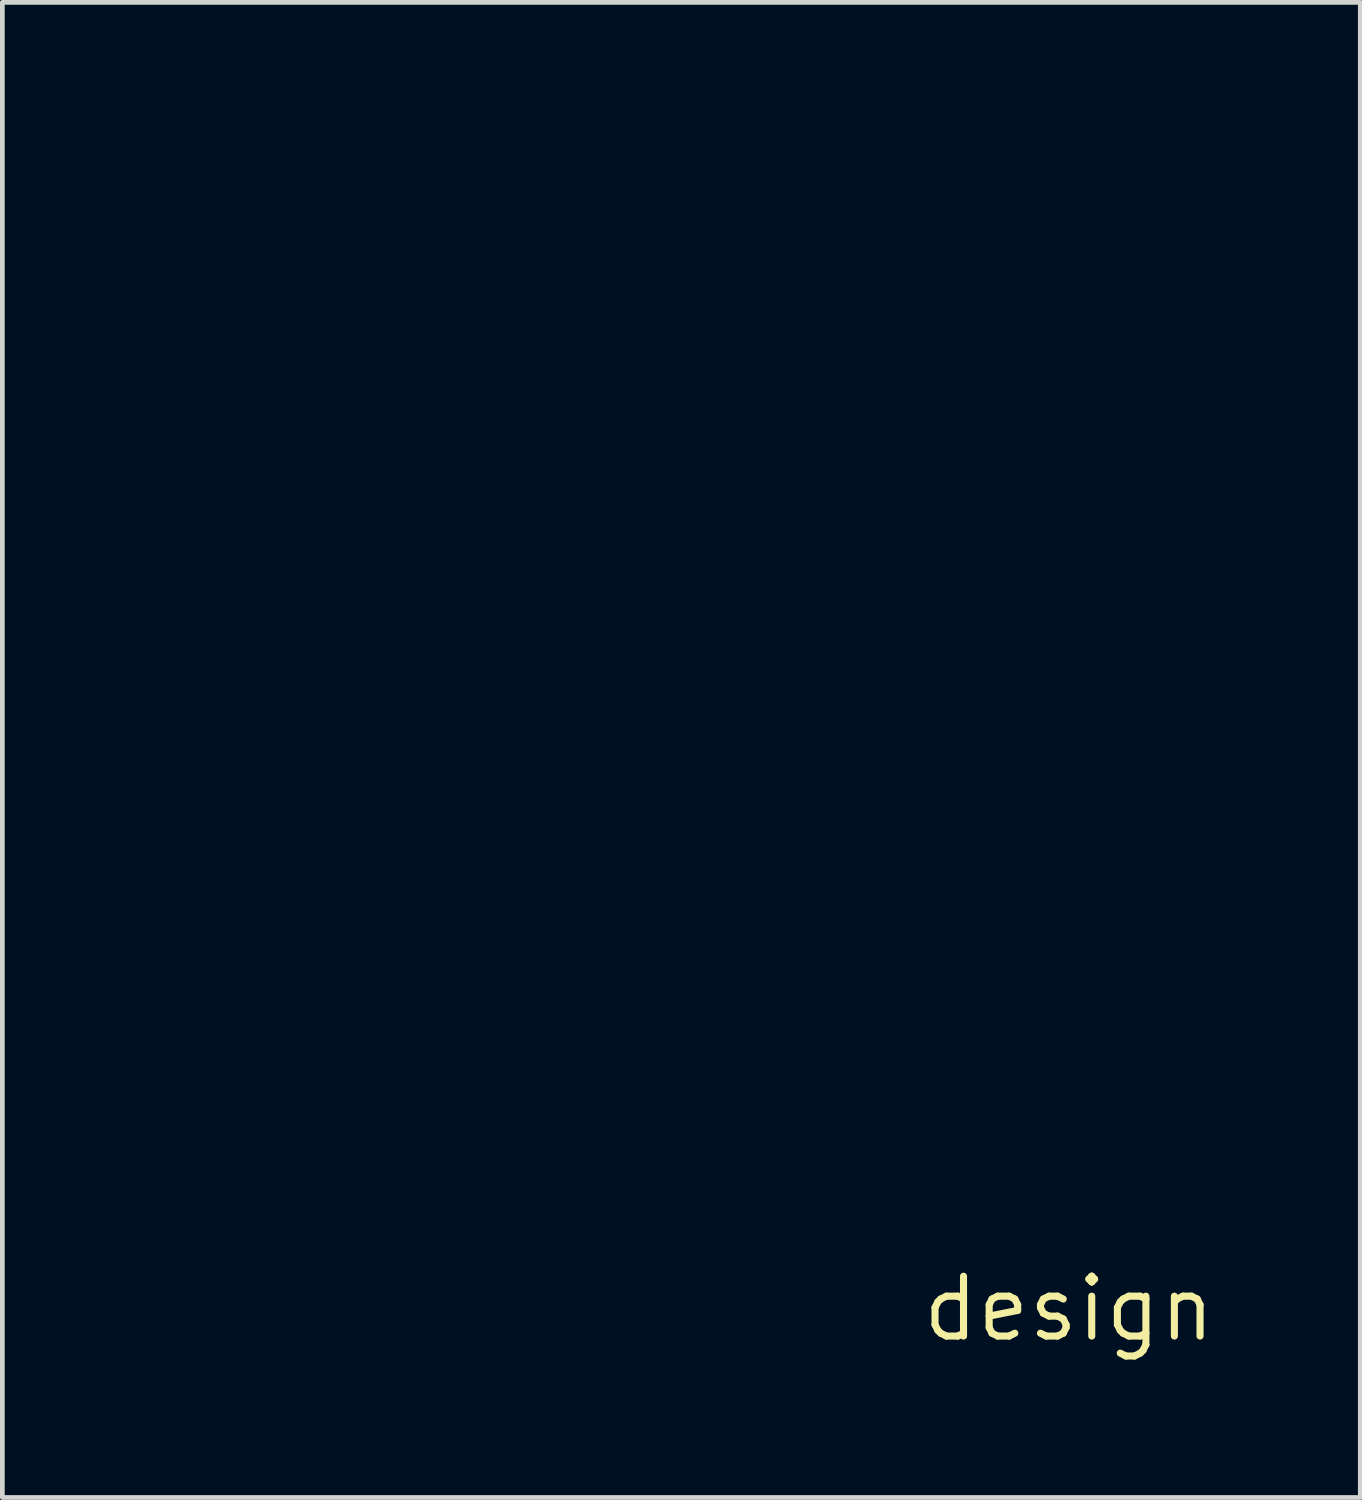
<source format=kicad_pcb>
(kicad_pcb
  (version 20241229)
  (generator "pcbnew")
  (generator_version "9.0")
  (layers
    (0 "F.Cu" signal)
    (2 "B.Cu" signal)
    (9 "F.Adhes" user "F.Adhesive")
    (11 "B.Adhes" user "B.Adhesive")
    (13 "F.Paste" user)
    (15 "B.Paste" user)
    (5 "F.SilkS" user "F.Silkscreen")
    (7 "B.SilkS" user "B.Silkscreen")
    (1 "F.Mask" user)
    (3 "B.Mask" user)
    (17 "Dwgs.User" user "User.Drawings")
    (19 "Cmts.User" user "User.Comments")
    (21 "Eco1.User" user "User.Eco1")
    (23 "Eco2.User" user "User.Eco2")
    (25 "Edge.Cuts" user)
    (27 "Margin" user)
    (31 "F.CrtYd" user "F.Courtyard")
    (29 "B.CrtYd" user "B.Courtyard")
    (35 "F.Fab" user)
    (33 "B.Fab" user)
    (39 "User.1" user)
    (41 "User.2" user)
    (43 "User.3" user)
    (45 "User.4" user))
  (footprint "design"
    (layer "F.Cu")
    (at 19.636 24.725)
    (property "Reference" "design" (at 0 0 0) (layer "F.SilkS") (effects (font (size 1.27 1.27) (thickness 0.15))))
    (attr through_hole)
    (fp_poly (pts (xy -17.959 -21.626) (xy -17.952 -21.552) (xy -17.952 -21.485) (xy -17.953 -21.472) (xy -17.959 -21.439) (xy -17.973 -21.42) (xy -18.006 -21.409) (xy -18.066 -21.402) (xy -18.105 -21.399) (xy -18.187 -21.397) (xy -18.24 -21.401) (xy -18.258 -21.41) (xy -18.262 -21.441) (xy -18.268 -21.501) (xy -18.272 -21.562) (xy -18.275 -21.633) (xy -18.272 -21.673) (xy -18.258 -21.693) (xy -18.229 -21.702) (xy -18.218 -21.705) (xy -18.155 -21.713) (xy -18.08 -21.717) (xy -18.064 -21.717) (xy -17.973 -21.717) (xy -17.959 -21.626)) (stroke (width 0.01) (type solid)) (fill yes) (layer "F.Mask"))
    (fp_poly (pts (xy -17.58 -24.106) (xy -17.579 -24.106) (xy -17.575 -24.083) (xy -17.569 -24.024) (xy -17.56 -23.935) (xy -17.55 -23.821) (xy -17.539 -23.689) (xy -17.527 -23.544) (xy -17.515 -23.393) (xy -17.503 -23.241) (xy -17.492 -23.094) (xy -17.482 -22.958) (xy -17.474 -22.838) (xy -17.468 -22.742) (xy -17.465 -22.674) (xy -17.464 -22.641) (xy -17.465 -22.639) (xy -17.489 -22.632) (xy -17.544 -22.623) (xy -17.616 -22.615) (xy -17.696 -22.609) (xy -17.742 -22.611) (xy -17.763 -22.622) (xy -17.767 -22.63) (xy -17.771 -22.658) (xy -17.777 -22.722) (xy -17.786 -22.818) (xy -17.796 -22.939) (xy -17.807 -23.079) (xy -17.819 -23.234) (xy -17.822 -23.262) (xy -17.834 -23.424) (xy -17.846 -23.577) (xy -17.857 -23.715) (xy -17.866 -23.831) (xy -17.874 -23.919) (xy -17.879 -23.971) (xy -17.879 -23.974) (xy -17.891 -24.083) (xy -17.739 -24.098) (xy -17.664 -24.105) (xy -17.607 -24.107) (xy -17.58 -24.106)) (stroke (width 0.01) (type solid)) (fill yes) (layer "F.Mask"))
    (fp_poly (pts (xy -16.888 -22.924) (xy -16.869 -22.698) (xy -16.852 -22.482) (xy -16.836 -22.281) (xy -16.822 -22.098) (xy -16.809 -21.938) (xy -16.799 -21.804) (xy -16.792 -21.701) (xy -16.788 -21.634) (xy -16.786 -21.608) (xy -16.785 -21.51) (xy -16.896 -21.498) (xy -16.972 -21.49) (xy -17.071 -21.482) (xy -17.173 -21.473) (xy -17.189 -21.472) (xy -17.372 -21.459) (xy -17.385 -21.54) (xy -17.394 -21.619) (xy -17.399 -21.698) (xy -17.399 -21.701) (xy -17.399 -21.78) (xy -17.288 -21.781) (xy -17.219 -21.785) (xy -17.164 -21.794) (xy -17.146 -21.8) (xy -17.14 -21.809) (xy -17.136 -21.829) (xy -17.133 -21.862) (xy -17.133 -21.913) (xy -17.136 -21.984) (xy -17.141 -22.078) (xy -17.149 -22.199) (xy -17.16 -22.35) (xy -17.174 -22.534) (xy -17.191 -22.755) (xy -17.208 -22.964) (xy -17.225 -23.18) (xy -17.241 -23.383) (xy -17.255 -23.57) (xy -17.266 -23.735) (xy -17.276 -23.877) (xy -17.282 -23.99) (xy -17.286 -24.071) (xy -17.287 -24.115) (xy -17.286 -24.123) (xy -17.259 -24.13) (xy -17.202 -24.136) (xy -17.13 -24.139) (xy -16.988 -24.141) (xy -16.888 -22.924)) (stroke (width 0.01) (type solid)) (fill yes) (layer "F.Mask"))
    (fp_poly (pts (xy -18.164 -24.056) (xy -18.161 -24.034) (xy -18.155 -23.974) (xy -18.146 -23.883) (xy -18.135 -23.764) (xy -18.123 -23.623) (xy -18.11 -23.465) (xy -18.095 -23.295) (xy -18.08 -23.117) (xy -18.066 -22.936) (xy -18.051 -22.758) (xy -18.038 -22.588) (xy -18.025 -22.43) (xy -18.015 -22.29) (xy -18.006 -22.172) (xy -18 -22.081) (xy -17.996 -22.023) (xy -17.996 -22.002) (xy -18.017 -21.999) (xy -18.073 -21.993) (xy -18.156 -21.985) (xy -18.257 -21.976) (xy -18.369 -21.966) (xy -18.485 -21.955) (xy -18.596 -21.946) (xy -18.694 -21.938) (xy -18.772 -21.932) (xy -18.823 -21.929) (xy -18.834 -21.929) (xy -18.849 -21.91) (xy -18.858 -21.862) (xy -18.859 -21.799) (xy -18.853 -21.732) (xy -18.846 -21.701) (xy -18.837 -21.676) (xy -18.818 -21.663) (xy -18.781 -21.66) (xy -18.714 -21.665) (xy -18.691 -21.667) (xy -18.548 -21.68) (xy -18.537 -21.524) (xy -18.532 -21.448) (xy -18.529 -21.392) (xy -18.528 -21.366) (xy -18.528 -21.365) (xy -18.549 -21.363) (xy -18.602 -21.358) (xy -18.675 -21.352) (xy -18.684 -21.351) (xy -18.836 -21.339) (xy -18.851 -21.488) (xy -18.865 -21.637) (xy -18.961 -21.624) (xy -19.028 -21.616) (xy -19.083 -21.612) (xy -19.095 -21.611) (xy -19.116 -21.607) (xy -19.126 -21.59) (xy -19.128 -21.551) (xy -19.123 -21.48) (xy -19.121 -21.463) (xy -19.115 -21.386) (xy -19.115 -21.341) (xy -19.123 -21.321) (xy -19.143 -21.315) (xy -19.158 -21.315) (xy -19.209 -21.312) (xy -19.28 -21.306) (xy -19.32 -21.301) (xy -19.431 -21.288) (xy -19.431 -21.37) (xy -19.435 -21.45) (xy -19.444 -21.53) (xy -19.445 -21.532) (xy -19.458 -21.611) (xy -19.373 -21.611) (xy -19.298 -21.615) (xy -19.228 -21.623) (xy -19.222 -21.624) (xy -19.156 -21.638) (xy -19.17 -21.783) (xy -19.183 -21.929) (xy -19.069 -21.93) (xy -19.008 -21.931) (xy -18.963 -21.934) (xy -18.932 -21.945) (xy -18.912 -21.969) (xy -18.903 -22.013) (xy -18.902 -22.08) (xy -18.908 -22.178) (xy -18.918 -22.31) (xy -18.923 -22.366) (xy -18.933 -22.493) (xy -18.936 -22.521) (xy -18.621 -22.521) (xy -18.62 -22.498) (xy -18.618 -22.493) (xy -18.611 -22.443) (xy -18.606 -22.375) (xy -18.606 -22.355) (xy -18.605 -22.262) (xy -18.479 -22.271) (xy -18.409 -22.278) (xy -18.358 -22.287) (xy -18.339 -22.294) (xy -18.334 -22.32) (xy -18.335 -22.376) (xy -18.34 -22.43) (xy -18.354 -22.553) (xy -18.492 -22.546) (xy -18.566 -22.541) (xy -18.606 -22.534) (xy -18.621 -22.521) (xy -18.936 -22.521) (xy -18.944 -22.605) (xy -18.954 -22.695) (xy -18.962 -22.758) (xy -18.968 -22.785) (xy -18.968 -22.785) (xy -18.993 -22.789) (xy -19.052 -22.788) (xy -19.136 -22.784) (xy -19.237 -22.777) (xy -19.251 -22.775) (xy -19.354 -22.768) (xy -19.44 -22.763) (xy -19.503 -22.762) (xy -19.532 -22.764) (xy -19.533 -22.765) (xy -19.541 -22.791) (xy -19.548 -22.847) (xy -19.554 -22.921) (xy -19.554 -22.922) (xy -19.562 -23.066) (xy -19.364 -23.08) (xy -19.318 -23.084) (xy -18.664 -23.084) (xy -18.661 -23.031) (xy -18.656 -22.973) (xy -18.643 -22.847) (xy -18.513 -22.856) (xy -18.444 -22.861) (xy -18.395 -22.867) (xy -18.378 -22.87) (xy -18.377 -22.891) (xy -18.381 -22.943) (xy -18.387 -23.007) (xy -18.4 -23.141) (xy -18.528 -23.127) (xy -18.596 -23.119) (xy -18.645 -23.111) (xy -18.662 -23.107) (xy -18.664 -23.084) (xy -19.318 -23.084) (xy -19.264 -23.088) (xy -19.169 -23.097) (xy -19.094 -23.104) (xy -19.074 -23.107) (xy -18.982 -23.119) (xy -18.996 -23.281) (xy -19.004 -23.379) (xy -19.014 -23.48) (xy -19.022 -23.556) (xy -19.031 -23.635) (xy -18.711 -23.635) (xy -18.707 -23.562) (xy -18.698 -23.498) (xy -18.688 -23.46) (xy -18.669 -23.439) (xy -18.633 -23.433) (xy -18.569 -23.438) (xy -18.518 -23.444) (xy -18.426 -23.457) (xy -18.433 -23.594) (xy -18.438 -23.668) (xy -18.445 -23.708) (xy -18.458 -23.723) (xy -18.481 -23.721) (xy -18.486 -23.72) (xy -18.536 -23.712) (xy -18.604 -23.707) (xy -18.621 -23.707) (xy -18.678 -23.705) (xy -18.704 -23.693) (xy -18.711 -23.661) (xy -18.711 -23.635) (xy -19.031 -23.635) (xy -19.034 -23.669) (xy -19.27 -23.655) (xy -19.371 -23.649) (xy -19.462 -23.642) (xy -19.53 -23.635) (xy -19.561 -23.631) (xy -19.59 -23.627) (xy -19.607 -23.634) (xy -19.617 -23.662) (xy -19.622 -23.718) (xy -19.626 -23.774) (xy -19.63 -23.85) (xy -19.631 -23.908) (xy -19.63 -23.936) (xy -19.63 -23.937) (xy -19.608 -23.941) (xy -19.549 -23.947) (xy -19.461 -23.956) (xy -19.348 -23.966) (xy -19.216 -23.978) (xy -19.071 -23.99) (xy -18.92 -24.002) (xy -18.768 -24.015) (xy -18.621 -24.026) (xy -18.485 -24.036) (xy -18.365 -24.045) (xy -18.269 -24.052) (xy -18.2 -24.055) (xy -18.167 -24.056) (xy -18.164 -24.056)) (stroke (width 0.01) (type solid)) (fill yes) (layer "F.Mask"))
    (fp_poly (pts (xy -9.96 -24.72) (xy -9.958 -24.698) (xy -9.952 -24.638) (xy -9.943 -24.545) (xy -9.933 -24.423) (xy -9.92 -24.277) (xy -9.906 -24.11) (xy -9.891 -23.927) (xy -9.875 -23.732) (xy -9.858 -23.531) (xy -9.842 -23.326) (xy -9.825 -23.124) (xy -9.809 -22.927) (xy -9.795 -22.74) (xy -9.781 -22.569) (xy -9.769 -22.416) (xy -9.76 -22.287) (xy -9.752 -22.186) (xy -9.748 -22.116) (xy -9.746 -22.084) (xy -9.746 -22.082) (xy -9.769 -22.078) (xy -9.824 -22.071) (xy -9.902 -22.064) (xy -9.994 -22.057) (xy -10.092 -22.049) (xy -10.184 -22.043) (xy -10.262 -22.038) (xy -10.317 -22.036) (xy -10.338 -22.037) (xy -10.344 -22.061) (xy -10.352 -22.115) (xy -10.36 -22.189) (xy -10.361 -22.198) (xy -10.376 -22.35) (xy -10.231 -22.356) (xy -10.086 -22.363) (xy -10.093 -22.49) (xy -10.099 -22.558) (xy -10.105 -22.608) (xy -10.109 -22.625) (xy -10.131 -22.626) (xy -10.188 -22.624) (xy -10.271 -22.62) (xy -10.372 -22.613) (xy -10.482 -22.605) (xy -10.595 -22.597) (xy -10.703 -22.588) (xy -10.796 -22.579) (xy -10.858 -22.573) (xy -10.954 -22.561) (xy -10.932 -22.274) (xy -10.923 -22.142) (xy -10.921 -22.051) (xy -10.924 -21.997) (xy -10.932 -21.981) (xy -10.963 -21.976) (xy -11.023 -21.97) (xy -11.084 -21.966) (xy -11.215 -21.958) (xy -11.226 -22.023) (xy -11.232 -22.071) (xy -11.24 -22.149) (xy -11.247 -22.245) (xy -11.252 -22.317) (xy -11.267 -22.546) (xy -11.354 -22.535) (xy -11.405 -22.529) (xy -11.488 -22.522) (xy -11.595 -22.513) (xy -11.715 -22.503) (xy -11.786 -22.498) (xy -12.132 -22.472) (xy -12.121 -22.407) (xy -12.114 -22.358) (xy -12.107 -22.28) (xy -12.1 -22.184) (xy -12.095 -22.117) (xy -12.081 -21.893) (xy -12.195 -21.879) (xy -12.284 -21.869) (xy -12.339 -21.867) (xy -12.371 -21.874) (xy -12.386 -21.892) (xy -12.392 -21.913) (xy -12.397 -21.949) (xy -12.404 -22.021) (xy -12.413 -22.124) (xy -12.425 -22.256) (xy -12.438 -22.41) (xy -12.452 -22.582) (xy -12.467 -22.769) (xy -12.482 -22.966) (xy -12.498 -23.168) (xy -12.511 -23.341) (xy -12.197 -23.341) (xy -12.184 -23.191) (xy -12.174 -23.09) (xy -12.165 -22.984) (xy -12.158 -22.913) (xy -12.146 -22.786) (xy -11.736 -22.818) (xy -11.609 -22.829) (xy -11.496 -22.84) (xy -11.405 -22.85) (xy -11.341 -22.858) (xy -11.313 -22.864) (xy -11.312 -22.865) (xy -11.309 -22.89) (xy -11.309 -22.947) (xy -11.312 -23.027) (xy -11.317 -23.118) (xy -11.324 -23.21) (xy -11.333 -23.295) (xy -11.341 -23.36) (xy -11.349 -23.398) (xy -11.351 -23.402) (xy -11.375 -23.404) (xy -11.434 -23.403) (xy -11.52 -23.4) (xy -11.624 -23.394) (xy -11.741 -23.385) (xy -11.861 -23.376) (xy -11.978 -23.365) (xy -12.083 -23.354) (xy -12.197 -23.341) (xy -12.511 -23.341) (xy -12.513 -23.37) (xy -12.518 -23.443) (xy -11.032 -23.443) (xy -11.02 -23.337) (xy -11.012 -23.263) (xy -11.003 -23.166) (xy -10.995 -23.066) (xy -10.994 -23.056) (xy -10.985 -22.967) (xy -10.976 -22.914) (xy -10.962 -22.888) (xy -10.946 -22.881) (xy -10.914 -22.883) (xy -10.848 -22.888) (xy -10.755 -22.896) (xy -10.644 -22.906) (xy -10.562 -22.913) (xy -10.442 -22.923) (xy -10.335 -22.932) (xy -10.248 -22.939) (xy -10.189 -22.944) (xy -10.17 -22.944) (xy -10.153 -22.946) (xy -10.142 -22.956) (xy -10.136 -22.98) (xy -10.136 -23.025) (xy -10.14 -23.098) (xy -10.148 -23.206) (xy -10.149 -23.218) (xy -10.158 -23.321) (xy -10.167 -23.408) (xy -10.175 -23.47) (xy -10.181 -23.5) (xy -10.181 -23.501) (xy -10.205 -23.502) (xy -10.264 -23.5) (xy -10.352 -23.495) (xy -10.462 -23.488) (xy -10.589 -23.478) (xy -10.612 -23.477) (xy -11.032 -23.443) (xy -12.518 -23.443) (xy -12.528 -23.569) (xy -12.542 -23.76) (xy -12.555 -23.939) (xy -12.566 -24.101) (xy -12.575 -24.225) (xy -12.245 -24.225) (xy -12.24 -23.992) (xy -12.236 -23.864) (xy -12.23 -23.773) (xy -12.222 -23.713) (xy -12.209 -23.679) (xy -12.193 -23.665) (xy -12.186 -23.664) (xy -12.157 -23.666) (xy -12.094 -23.671) (xy -12.002 -23.678) (xy -11.89 -23.687) (xy -11.769 -23.697) (xy -11.645 -23.708) (xy -11.537 -23.718) (xy -11.451 -23.727) (xy -11.393 -23.733) (xy -11.371 -23.737) (xy -11.371 -23.759) (xy -11.374 -23.813) (xy -11.379 -23.89) (xy -11.386 -23.979) (xy -11.393 -24.073) (xy -11.401 -24.16) (xy -11.408 -24.232) (xy -11.41 -24.248) (xy -11.086 -24.248) (xy -11.085 -24.17) (xy -11.08 -24.076) (xy -11.072 -23.974) (xy -11.061 -23.874) (xy -11.056 -23.838) (xy -11.046 -23.781) (xy -11.031 -23.757) (xy -11.003 -23.755) (xy -10.988 -23.757) (xy -10.949 -23.763) (xy -10.876 -23.77) (xy -10.777 -23.778) (xy -10.662 -23.787) (xy -10.583 -23.793) (xy -10.466 -23.803) (xy -10.362 -23.812) (xy -10.282 -23.822) (xy -10.23 -23.83) (xy -10.216 -23.834) (xy -10.213 -23.859) (xy -10.212 -23.915) (xy -10.215 -23.994) (xy -10.22 -24.085) (xy -10.227 -24.179) (xy -10.235 -24.264) (xy -10.243 -24.332) (xy -10.25 -24.372) (xy -10.253 -24.378) (xy -10.275 -24.379) (xy -10.333 -24.376) (xy -10.42 -24.371) (xy -10.529 -24.363) (xy -10.653 -24.353) (xy -10.66 -24.353) (xy -10.786 -24.343) (xy -10.898 -24.334) (xy -10.988 -24.327) (xy -11.051 -24.322) (xy -11.078 -24.321) (xy -11.078 -24.32) (xy -11.084 -24.301) (xy -11.086 -24.248) (xy -11.41 -24.248) (xy -11.414 -24.278) (xy -11.416 -24.29) (xy -11.437 -24.289) (xy -11.494 -24.285) (xy -11.58 -24.278) (xy -11.689 -24.27) (xy -11.814 -24.26) (xy -11.832 -24.258) (xy -12.245 -24.225) (xy -12.575 -24.225) (xy -12.576 -24.241) (xy -12.583 -24.356) (xy -12.588 -24.44) (xy -12.59 -24.49) (xy -12.589 -24.502) (xy -12.566 -24.506) (xy -12.506 -24.513) (xy -12.412 -24.522) (xy -12.29 -24.533) (xy -12.143 -24.547) (xy -11.975 -24.562) (xy -11.792 -24.577) (xy -11.598 -24.594) (xy -11.396 -24.611) (xy -11.192 -24.628) (xy -10.99 -24.644) (xy -10.794 -24.66) (xy -10.608 -24.675) (xy -10.437 -24.688) (xy -10.286 -24.7) (xy -10.158 -24.709) (xy -10.059 -24.716) (xy -9.992 -24.72) (xy -9.962 -24.72) (xy -9.96 -24.72)) (stroke (width 0.01) (type solid)) (fill yes) (layer "F.Mask"))
    (fp_poly (pts (xy -14.046 -24.252) (xy -14.033 -24.105) (xy -14.023 -23.994) (xy -14.015 -23.916) (xy -14.008 -23.863) (xy -14 -23.832) (xy -13.991 -23.817) (xy -13.98 -23.812) (xy -13.964 -23.812) (xy -13.951 -23.813) (xy -13.892 -23.816) (xy -13.822 -23.825) (xy -13.817 -23.826) (xy -13.737 -23.839) (xy -13.764 -24.13) (xy -13.682 -24.13) (xy -13.603 -24.134) (xy -13.526 -24.143) (xy -13.523 -24.143) (xy -13.447 -24.156) (xy -13.432 -23.947) (xy -13.425 -23.844) (xy -13.416 -23.746) (xy -13.409 -23.666) (xy -13.406 -23.641) (xy -13.394 -23.544) (xy -13.535 -23.532) (xy -13.607 -23.525) (xy -13.661 -23.519) (xy -13.683 -23.513) (xy -13.684 -23.491) (xy -13.681 -23.432) (xy -13.675 -23.342) (xy -13.667 -23.227) (xy -13.657 -23.092) (xy -13.645 -22.945) (xy -13.599 -22.384) (xy -13.457 -22.39) (xy -13.385 -22.393) (xy -13.333 -22.393) (xy -13.312 -22.39) (xy -13.312 -22.39) (xy -13.306 -22.359) (xy -13.3 -22.297) (xy -13.292 -22.214) (xy -13.285 -22.119) (xy -13.278 -22.022) (xy -13.273 -21.932) (xy -13.269 -21.859) (xy -13.268 -21.811) (xy -13.27 -21.799) (xy -13.296 -21.79) (xy -13.352 -21.783) (xy -13.423 -21.777) (xy -13.565 -21.768) (xy -13.576 -21.833) (xy -13.581 -21.88) (xy -13.589 -21.958) (xy -13.596 -22.054) (xy -13.601 -22.127) (xy -13.616 -22.357) (xy -13.711 -22.344) (xy -13.779 -22.336) (xy -13.836 -22.331) (xy -13.849 -22.331) (xy -13.87 -22.328) (xy -13.882 -22.313) (xy -13.884 -22.276) (xy -13.879 -22.209) (xy -13.876 -22.183) (xy -13.87 -22.102) (xy -13.872 -22.055) (xy -13.882 -22.036) (xy -13.889 -22.034) (xy -13.919 -22.032) (xy -13.983 -22.027) (xy -14.074 -22.02) (xy -14.185 -22.011) (xy -14.277 -22.003) (xy -14.399 -21.993) (xy -14.51 -21.984) (xy -14.601 -21.977) (xy -14.664 -21.972) (xy -14.687 -21.971) (xy -14.713 -21.969) (xy -14.727 -21.956) (xy -14.732 -21.924) (xy -14.731 -21.863) (xy -14.728 -21.823) (xy -14.727 -21.739) (xy -14.732 -21.687) (xy -14.742 -21.674) (xy -14.768 -21.672) (xy -14.831 -21.667) (xy -14.924 -21.659) (xy -15.042 -21.649) (xy -15.18 -21.638) (xy -15.331 -21.625) (xy -15.332 -21.625) (xy -15.531 -21.61) (xy -15.687 -21.599) (xy -15.802 -21.594) (xy -15.875 -21.593) (xy -15.906 -21.598) (xy -15.907 -21.6) (xy -15.911 -21.628) (xy -15.917 -21.689) (xy -15.925 -21.775) (xy -15.934 -21.88) (xy -15.943 -21.994) (xy -15.952 -22.112) (xy -15.955 -22.153) (xy -15.636 -22.153) (xy -15.634 -22.1) (xy -15.629 -22.043) (xy -15.616 -21.918) (xy -15.338 -21.939) (xy -15.06 -21.96) (xy -15.067 -22.087) (xy -15.073 -22.156) (xy -15.078 -22.205) (xy -15.082 -22.222) (xy -15.105 -22.224) (xy -15.161 -22.222) (xy -15.238 -22.217) (xy -15.329 -22.211) (xy -15.422 -22.203) (xy -15.509 -22.195) (xy -15.579 -22.187) (xy -15.623 -22.181) (xy -15.633 -22.178) (xy -15.636 -22.153) (xy -15.955 -22.153) (xy -15.96 -22.224) (xy -15.968 -22.324) (xy -15.973 -22.403) (xy -15.975 -22.454) (xy -15.975 -22.47) (xy -15.958 -22.472) (xy -14.78 -22.472) (xy -14.778 -22.414) (xy -14.771 -22.288) (xy -14.647 -22.288) (xy -14.578 -22.292) (xy -14.527 -22.301) (xy -14.509 -22.311) (xy -14.503 -22.344) (xy -14.505 -22.403) (xy -14.509 -22.449) (xy -14.523 -22.564) (xy -14.612 -22.563) (xy -14.697 -22.561) (xy -14.748 -22.55) (xy -14.773 -22.523) (xy -14.78 -22.472) (xy -15.958 -22.472) (xy -15.954 -22.473) (xy -15.897 -22.478) (xy -15.811 -22.486) (xy -15.704 -22.495) (xy -15.58 -22.506) (xy -15.448 -22.517) (xy -15.314 -22.528) (xy -15.185 -22.538) (xy -15.067 -22.548) (xy -14.967 -22.555) (xy -14.891 -22.561) (xy -14.847 -22.564) (xy -14.84 -22.564) (xy -14.827 -22.571) (xy -14.201 -22.571) (xy -14.198 -22.519) (xy -14.192 -22.456) (xy -14.177 -22.325) (xy -14.051 -22.337) (xy -13.983 -22.344) (xy -13.935 -22.351) (xy -13.918 -22.355) (xy -13.917 -22.379) (xy -13.918 -22.432) (xy -13.922 -22.491) (xy -13.932 -22.619) (xy -14.062 -22.61) (xy -14.132 -22.604) (xy -14.182 -22.598) (xy -14.2 -22.594) (xy -14.201 -22.571) (xy -14.827 -22.571) (xy -14.824 -22.573) (xy -14.818 -22.605) (xy -14.82 -22.669) (xy -14.822 -22.692) (xy -14.83 -22.762) (xy -14.838 -22.812) (xy -14.843 -22.83) (xy -14.866 -22.831) (xy -14.925 -22.828) (xy -15.014 -22.823) (xy -15.128 -22.815) (xy -15.261 -22.805) (xy -15.358 -22.797) (xy -15.54 -22.781) (xy -15.684 -22.769) (xy -15.794 -22.761) (xy -15.876 -22.757) (xy -15.934 -22.759) (xy -15.971 -22.766) (xy -15.993 -22.781) (xy -16.004 -22.802) (xy -16.009 -22.832) (xy -16.011 -22.87) (xy -16.014 -22.894) (xy -16.02 -22.983) (xy -16.014 -23.034) (xy -16.004 -23.049) (xy -15.977 -23.055) (xy -15.914 -23.063) (xy -15.821 -23.073) (xy -15.705 -23.083) (xy -15.571 -23.095) (xy -15.488 -23.101) (xy -15.344 -23.112) (xy -15.209 -23.123) (xy -15.091 -23.133) (xy -14.998 -23.141) (xy -14.936 -23.148) (xy -14.919 -23.15) (xy -14.841 -23.161) (xy -14.826 -23.009) (xy -14.811 -22.857) (xy -14.713 -22.869) (xy -14.657 -22.874) (xy -14.569 -22.882) (xy -14.46 -22.892) (xy -14.34 -22.901) (xy -14.293 -22.905) (xy -13.97 -22.93) (xy -13.972 -23.038) (xy -13.974 -23.118) (xy -13.98 -23.209) (xy -13.987 -23.301) (xy -13.996 -23.383) (xy -14.004 -23.446) (xy -14.012 -23.48) (xy -14.013 -23.482) (xy -14.036 -23.482) (xy -14.096 -23.479) (xy -14.191 -23.474) (xy -14.315 -23.465) (xy -14.465 -23.454) (xy -14.636 -23.442) (xy -14.825 -23.427) (xy -15.026 -23.411) (xy -15.029 -23.411) (xy -15.23 -23.395) (xy -15.419 -23.38) (xy -15.59 -23.366) (xy -15.74 -23.355) (xy -15.864 -23.346) (xy -15.958 -23.34) (xy -16.018 -23.336) (xy -16.04 -23.336) (xy -16.04 -23.336) (xy -16.046 -23.36) (xy -16.053 -23.416) (xy -16.062 -23.494) (xy -16.07 -23.584) (xy -16.077 -23.676) (xy -16.083 -23.76) (xy -16.086 -23.827) (xy -16.086 -23.839) (xy -16.085 -23.9) (xy -16.076 -23.929) (xy -16.05 -23.939) (xy -16.015 -23.939) (xy -15.94 -23.944) (xy -15.875 -23.953) (xy -15.806 -23.967) (xy -15.832 -24.251) (xy -15.669 -24.265) (xy -15.563 -24.274) (xy -15.449 -24.284) (xy -15.362 -24.292) (xy -15.219 -24.305) (xy -15.219 -24.233) (xy -15.215 -24.16) (xy -15.206 -24.084) (xy -15.205 -24.084) (xy -15.193 -24.006) (xy -15.047 -24.018) (xy -14.901 -24.03) (xy -14.901 -23.937) (xy -14.898 -23.867) (xy -14.89 -23.806) (xy -14.887 -23.794) (xy -14.874 -23.744) (xy -14.618 -23.759) (xy -14.517 -23.766) (xy -14.432 -23.775) (xy -14.371 -23.784) (xy -14.343 -23.792) (xy -14.343 -23.792) (xy -14.337 -23.82) (xy -14.336 -23.883) (xy -14.339 -23.974) (xy -14.347 -24.08) (xy -14.355 -24.183) (xy -14.36 -24.269) (xy -14.362 -24.331) (xy -14.36 -24.361) (xy -14.359 -24.362) (xy -14.334 -24.369) (xy -14.278 -24.377) (xy -14.204 -24.384) (xy -14.203 -24.384) (xy -14.059 -24.395) (xy -14.046 -24.252)) (stroke (width 0.01) (type solid)) (fill yes) (layer "F.Mask"))
    (fp_poly (pts (xy -17.959 -21.626) (xy -17.952 -21.552) (xy -17.952 -21.485) (xy -17.953 -21.472) (xy -17.959 -21.439) (xy -17.973 -21.42) (xy -18.006 -21.409) (xy -18.066 -21.402) (xy -18.105 -21.399) (xy -18.187 -21.397) (xy -18.24 -21.401) (xy -18.258 -21.41) (xy -18.262 -21.441) (xy -18.268 -21.501) (xy -18.272 -21.562) (xy -18.275 -21.633) (xy -18.272 -21.673) (xy -18.258 -21.693) (xy -18.229 -21.702) (xy -18.218 -21.705) (xy -18.155 -21.713) (xy -18.08 -21.717) (xy -18.064 -21.717) (xy -17.973 -21.717) (xy -17.959 -21.626)) (stroke (width 0.01) (type solid)) (fill yes) (layer "B.Mask"))
    (fp_poly (pts (xy -17.58 -24.106) (xy -17.579 -24.106) (xy -17.575 -24.083) (xy -17.569 -24.024) (xy -17.56 -23.935) (xy -17.55 -23.821) (xy -17.539 -23.689) (xy -17.527 -23.544) (xy -17.515 -23.393) (xy -17.503 -23.241) (xy -17.492 -23.094) (xy -17.482 -22.958) (xy -17.474 -22.838) (xy -17.468 -22.742) (xy -17.465 -22.674) (xy -17.464 -22.641) (xy -17.465 -22.639) (xy -17.489 -22.632) (xy -17.544 -22.623) (xy -17.616 -22.615) (xy -17.696 -22.609) (xy -17.742 -22.611) (xy -17.763 -22.622) (xy -17.767 -22.63) (xy -17.771 -22.658) (xy -17.777 -22.722) (xy -17.786 -22.818) (xy -17.796 -22.939) (xy -17.807 -23.079) (xy -17.819 -23.234) (xy -17.822 -23.262) (xy -17.834 -23.424) (xy -17.846 -23.577) (xy -17.857 -23.715) (xy -17.866 -23.831) (xy -17.874 -23.919) (xy -17.879 -23.971) (xy -17.879 -23.974) (xy -17.891 -24.083) (xy -17.739 -24.098) (xy -17.664 -24.105) (xy -17.607 -24.107) (xy -17.58 -24.106)) (stroke (width 0.01) (type solid)) (fill yes) (layer "B.Mask"))
    (fp_poly (pts (xy -16.888 -22.924) (xy -16.869 -22.698) (xy -16.852 -22.482) (xy -16.836 -22.281) (xy -16.822 -22.098) (xy -16.809 -21.938) (xy -16.799 -21.804) (xy -16.792 -21.701) (xy -16.788 -21.634) (xy -16.786 -21.608) (xy -16.785 -21.51) (xy -16.896 -21.498) (xy -16.972 -21.49) (xy -17.071 -21.482) (xy -17.173 -21.473) (xy -17.189 -21.472) (xy -17.372 -21.459) (xy -17.385 -21.54) (xy -17.394 -21.619) (xy -17.399 -21.698) (xy -17.399 -21.701) (xy -17.399 -21.78) (xy -17.288 -21.781) (xy -17.219 -21.785) (xy -17.164 -21.794) (xy -17.146 -21.8) (xy -17.14 -21.809) (xy -17.136 -21.829) (xy -17.133 -21.862) (xy -17.133 -21.913) (xy -17.136 -21.984) (xy -17.141 -22.078) (xy -17.149 -22.199) (xy -17.16 -22.35) (xy -17.174 -22.534) (xy -17.191 -22.755) (xy -17.208 -22.964) (xy -17.225 -23.18) (xy -17.241 -23.383) (xy -17.255 -23.57) (xy -17.266 -23.735) (xy -17.276 -23.877) (xy -17.282 -23.99) (xy -17.286 -24.071) (xy -17.287 -24.115) (xy -17.286 -24.123) (xy -17.259 -24.13) (xy -17.202 -24.136) (xy -17.13 -24.139) (xy -16.988 -24.141) (xy -16.888 -22.924)) (stroke (width 0.01) (type solid)) (fill yes) (layer "B.Mask"))
    (fp_poly (pts (xy -18.164 -24.056) (xy -18.161 -24.034) (xy -18.155 -23.974) (xy -18.146 -23.883) (xy -18.135 -23.764) (xy -18.123 -23.623) (xy -18.11 -23.465) (xy -18.095 -23.295) (xy -18.08 -23.117) (xy -18.066 -22.936) (xy -18.051 -22.758) (xy -18.038 -22.588) (xy -18.025 -22.43) (xy -18.015 -22.29) (xy -18.006 -22.172) (xy -18 -22.081) (xy -17.996 -22.023) (xy -17.996 -22.002) (xy -18.017 -21.999) (xy -18.073 -21.993) (xy -18.156 -21.985) (xy -18.257 -21.976) (xy -18.369 -21.966) (xy -18.485 -21.955) (xy -18.596 -21.946) (xy -18.694 -21.938) (xy -18.772 -21.932) (xy -18.823 -21.929) (xy -18.834 -21.929) (xy -18.849 -21.91) (xy -18.858 -21.862) (xy -18.859 -21.799) (xy -18.853 -21.732) (xy -18.846 -21.701) (xy -18.837 -21.676) (xy -18.818 -21.663) (xy -18.781 -21.66) (xy -18.714 -21.665) (xy -18.691 -21.667) (xy -18.548 -21.68) (xy -18.537 -21.524) (xy -18.532 -21.448) (xy -18.529 -21.392) (xy -18.528 -21.366) (xy -18.528 -21.365) (xy -18.549 -21.363) (xy -18.602 -21.358) (xy -18.675 -21.352) (xy -18.684 -21.351) (xy -18.836 -21.339) (xy -18.851 -21.488) (xy -18.865 -21.637) (xy -18.961 -21.624) (xy -19.028 -21.616) (xy -19.083 -21.612) (xy -19.095 -21.611) (xy -19.116 -21.607) (xy -19.126 -21.59) (xy -19.128 -21.551) (xy -19.123 -21.48) (xy -19.121 -21.463) (xy -19.115 -21.386) (xy -19.115 -21.341) (xy -19.123 -21.321) (xy -19.143 -21.315) (xy -19.158 -21.315) (xy -19.209 -21.312) (xy -19.28 -21.306) (xy -19.32 -21.301) (xy -19.431 -21.288) (xy -19.431 -21.37) (xy -19.435 -21.45) (xy -19.444 -21.53) (xy -19.445 -21.532) (xy -19.458 -21.611) (xy -19.373 -21.611) (xy -19.298 -21.615) (xy -19.228 -21.623) (xy -19.222 -21.624) (xy -19.156 -21.638) (xy -19.17 -21.783) (xy -19.183 -21.929) (xy -19.069 -21.93) (xy -19.008 -21.931) (xy -18.963 -21.934) (xy -18.932 -21.945) (xy -18.912 -21.969) (xy -18.903 -22.013) (xy -18.902 -22.08) (xy -18.908 -22.178) (xy -18.918 -22.31) (xy -18.923 -22.366) (xy -18.933 -22.493) (xy -18.936 -22.521) (xy -18.621 -22.521) (xy -18.62 -22.498) (xy -18.618 -22.493) (xy -18.611 -22.443) (xy -18.606 -22.375) (xy -18.606 -22.355) (xy -18.605 -22.262) (xy -18.479 -22.271) (xy -18.409 -22.278) (xy -18.358 -22.287) (xy -18.339 -22.294) (xy -18.334 -22.32) (xy -18.335 -22.376) (xy -18.34 -22.43) (xy -18.354 -22.553) (xy -18.492 -22.546) (xy -18.566 -22.541) (xy -18.606 -22.534) (xy -18.621 -22.521) (xy -18.936 -22.521) (xy -18.944 -22.605) (xy -18.954 -22.695) (xy -18.962 -22.758) (xy -18.968 -22.785) (xy -18.968 -22.785) (xy -18.993 -22.789) (xy -19.052 -22.788) (xy -19.136 -22.784) (xy -19.237 -22.777) (xy -19.251 -22.775) (xy -19.354 -22.768) (xy -19.44 -22.763) (xy -19.503 -22.762) (xy -19.532 -22.764) (xy -19.533 -22.765) (xy -19.541 -22.791) (xy -19.548 -22.847) (xy -19.554 -22.921) (xy -19.554 -22.922) (xy -19.562 -23.066) (xy -19.364 -23.08) (xy -19.318 -23.084) (xy -18.664 -23.084) (xy -18.661 -23.031) (xy -18.656 -22.973) (xy -18.643 -22.847) (xy -18.513 -22.856) (xy -18.444 -22.861) (xy -18.395 -22.867) (xy -18.378 -22.87) (xy -18.377 -22.891) (xy -18.381 -22.943) (xy -18.387 -23.007) (xy -18.4 -23.141) (xy -18.528 -23.127) (xy -18.596 -23.119) (xy -18.645 -23.111) (xy -18.662 -23.107) (xy -18.664 -23.084) (xy -19.318 -23.084) (xy -19.264 -23.088) (xy -19.169 -23.097) (xy -19.094 -23.104) (xy -19.074 -23.107) (xy -18.982 -23.119) (xy -18.996 -23.281) (xy -19.004 -23.379) (xy -19.014 -23.48) (xy -19.022 -23.556) (xy -19.031 -23.635) (xy -18.711 -23.635) (xy -18.707 -23.562) (xy -18.698 -23.498) (xy -18.688 -23.46) (xy -18.669 -23.439) (xy -18.633 -23.433) (xy -18.569 -23.438) (xy -18.518 -23.444) (xy -18.426 -23.457) (xy -18.433 -23.594) (xy -18.438 -23.668) (xy -18.445 -23.708) (xy -18.458 -23.723) (xy -18.481 -23.721) (xy -18.486 -23.72) (xy -18.536 -23.712) (xy -18.604 -23.707) (xy -18.621 -23.707) (xy -18.678 -23.705) (xy -18.704 -23.693) (xy -18.711 -23.661) (xy -18.711 -23.635) (xy -19.031 -23.635) (xy -19.034 -23.669) (xy -19.27 -23.655) (xy -19.371 -23.649) (xy -19.462 -23.642) (xy -19.53 -23.635) (xy -19.561 -23.631) (xy -19.59 -23.627) (xy -19.607 -23.634) (xy -19.617 -23.662) (xy -19.622 -23.718) (xy -19.626 -23.774) (xy -19.63 -23.85) (xy -19.631 -23.908) (xy -19.63 -23.936) (xy -19.63 -23.937) (xy -19.608 -23.941) (xy -19.549 -23.947) (xy -19.461 -23.956) (xy -19.348 -23.966) (xy -19.216 -23.978) (xy -19.071 -23.99) (xy -18.92 -24.002) (xy -18.768 -24.015) (xy -18.621 -24.026) (xy -18.485 -24.036) (xy -18.365 -24.045) (xy -18.269 -24.052) (xy -18.2 -24.055) (xy -18.167 -24.056) (xy -18.164 -24.056)) (stroke (width 0.01) (type solid)) (fill yes) (layer "B.Mask"))
    (fp_poly (pts (xy -9.96 -24.72) (xy -9.958 -24.698) (xy -9.952 -24.638) (xy -9.943 -24.545) (xy -9.933 -24.423) (xy -9.92 -24.277) (xy -9.906 -24.11) (xy -9.891 -23.927) (xy -9.875 -23.732) (xy -9.858 -23.531) (xy -9.842 -23.326) (xy -9.825 -23.124) (xy -9.809 -22.927) (xy -9.795 -22.74) (xy -9.781 -22.569) (xy -9.769 -22.416) (xy -9.76 -22.287) (xy -9.752 -22.186) (xy -9.748 -22.116) (xy -9.746 -22.084) (xy -9.746 -22.082) (xy -9.769 -22.078) (xy -9.824 -22.071) (xy -9.902 -22.064) (xy -9.994 -22.057) (xy -10.092 -22.049) (xy -10.184 -22.043) (xy -10.262 -22.038) (xy -10.317 -22.036) (xy -10.338 -22.037) (xy -10.344 -22.061) (xy -10.352 -22.115) (xy -10.36 -22.189) (xy -10.361 -22.198) (xy -10.376 -22.35) (xy -10.231 -22.356) (xy -10.086 -22.363) (xy -10.093 -22.49) (xy -10.099 -22.558) (xy -10.105 -22.608) (xy -10.109 -22.625) (xy -10.131 -22.626) (xy -10.188 -22.624) (xy -10.271 -22.62) (xy -10.372 -22.613) (xy -10.482 -22.605) (xy -10.595 -22.597) (xy -10.703 -22.588) (xy -10.796 -22.579) (xy -10.858 -22.573) (xy -10.954 -22.561) (xy -10.932 -22.274) (xy -10.923 -22.142) (xy -10.921 -22.051) (xy -10.924 -21.997) (xy -10.932 -21.981) (xy -10.963 -21.976) (xy -11.023 -21.97) (xy -11.084 -21.966) (xy -11.215 -21.958) (xy -11.226 -22.023) (xy -11.232 -22.071) (xy -11.24 -22.149) (xy -11.247 -22.245) (xy -11.252 -22.317) (xy -11.267 -22.546) (xy -11.354 -22.535) (xy -11.405 -22.529) (xy -11.488 -22.522) (xy -11.595 -22.513) (xy -11.715 -22.503) (xy -11.786 -22.498) (xy -12.132 -22.472) (xy -12.121 -22.407) (xy -12.114 -22.358) (xy -12.107 -22.28) (xy -12.1 -22.184) (xy -12.095 -22.117) (xy -12.081 -21.893) (xy -12.195 -21.879) (xy -12.284 -21.869) (xy -12.339 -21.867) (xy -12.371 -21.874) (xy -12.386 -21.892) (xy -12.392 -21.913) (xy -12.397 -21.949) (xy -12.404 -22.021) (xy -12.413 -22.124) (xy -12.425 -22.256) (xy -12.438 -22.41) (xy -12.452 -22.582) (xy -12.467 -22.769) (xy -12.482 -22.966) (xy -12.498 -23.168) (xy -12.511 -23.341) (xy -12.197 -23.341) (xy -12.184 -23.191) (xy -12.174 -23.09) (xy -12.165 -22.984) (xy -12.158 -22.913) (xy -12.146 -22.786) (xy -11.736 -22.818) (xy -11.609 -22.829) (xy -11.496 -22.84) (xy -11.405 -22.85) (xy -11.341 -22.858) (xy -11.313 -22.864) (xy -11.312 -22.865) (xy -11.309 -22.89) (xy -11.309 -22.947) (xy -11.312 -23.027) (xy -11.317 -23.118) (xy -11.324 -23.21) (xy -11.333 -23.295) (xy -11.341 -23.36) (xy -11.349 -23.398) (xy -11.351 -23.402) (xy -11.375 -23.404) (xy -11.434 -23.403) (xy -11.52 -23.4) (xy -11.624 -23.394) (xy -11.741 -23.385) (xy -11.861 -23.376) (xy -11.978 -23.365) (xy -12.083 -23.354) (xy -12.197 -23.341) (xy -12.511 -23.341) (xy -12.513 -23.37) (xy -12.518 -23.443) (xy -11.032 -23.443) (xy -11.02 -23.337) (xy -11.012 -23.263) (xy -11.003 -23.166) (xy -10.995 -23.066) (xy -10.994 -23.056) (xy -10.985 -22.967) (xy -10.976 -22.914) (xy -10.962 -22.888) (xy -10.946 -22.881) (xy -10.914 -22.883) (xy -10.848 -22.888) (xy -10.755 -22.896) (xy -10.644 -22.906) (xy -10.562 -22.913) (xy -10.442 -22.923) (xy -10.335 -22.932) (xy -10.248 -22.939) (xy -10.189 -22.944) (xy -10.17 -22.944) (xy -10.153 -22.946) (xy -10.142 -22.956) (xy -10.136 -22.98) (xy -10.136 -23.025) (xy -10.14 -23.098) (xy -10.148 -23.206) (xy -10.149 -23.218) (xy -10.158 -23.321) (xy -10.167 -23.408) (xy -10.175 -23.47) (xy -10.181 -23.5) (xy -10.181 -23.501) (xy -10.205 -23.502) (xy -10.264 -23.5) (xy -10.352 -23.495) (xy -10.462 -23.488) (xy -10.589 -23.478) (xy -10.612 -23.477) (xy -11.032 -23.443) (xy -12.518 -23.443) (xy -12.528 -23.569) (xy -12.542 -23.76) (xy -12.555 -23.939) (xy -12.566 -24.101) (xy -12.575 -24.225) (xy -12.245 -24.225) (xy -12.24 -23.992) (xy -12.236 -23.864) (xy -12.23 -23.773) (xy -12.222 -23.713) (xy -12.209 -23.679) (xy -12.193 -23.665) (xy -12.186 -23.664) (xy -12.157 -23.666) (xy -12.094 -23.671) (xy -12.002 -23.678) (xy -11.89 -23.687) (xy -11.769 -23.697) (xy -11.645 -23.708) (xy -11.537 -23.718) (xy -11.451 -23.727) (xy -11.393 -23.733) (xy -11.371 -23.737) (xy -11.371 -23.759) (xy -11.374 -23.813) (xy -11.379 -23.89) (xy -11.386 -23.979) (xy -11.393 -24.073) (xy -11.401 -24.16) (xy -11.408 -24.232) (xy -11.41 -24.248) (xy -11.086 -24.248) (xy -11.085 -24.17) (xy -11.08 -24.076) (xy -11.072 -23.974) (xy -11.061 -23.874) (xy -11.056 -23.838) (xy -11.046 -23.781) (xy -11.031 -23.757) (xy -11.003 -23.755) (xy -10.988 -23.757) (xy -10.949 -23.763) (xy -10.876 -23.77) (xy -10.777 -23.778) (xy -10.662 -23.787) (xy -10.583 -23.793) (xy -10.466 -23.803) (xy -10.362 -23.812) (xy -10.282 -23.822) (xy -10.23 -23.83) (xy -10.216 -23.834) (xy -10.213 -23.859) (xy -10.212 -23.915) (xy -10.215 -23.994) (xy -10.22 -24.085) (xy -10.227 -24.179) (xy -10.235 -24.264) (xy -10.243 -24.332) (xy -10.25 -24.372) (xy -10.253 -24.378) (xy -10.275 -24.379) (xy -10.333 -24.376) (xy -10.42 -24.371) (xy -10.529 -24.363) (xy -10.653 -24.353) (xy -10.66 -24.353) (xy -10.786 -24.343) (xy -10.898 -24.334) (xy -10.988 -24.327) (xy -11.051 -24.322) (xy -11.078 -24.321) (xy -11.078 -24.32) (xy -11.084 -24.301) (xy -11.086 -24.248) (xy -11.41 -24.248) (xy -11.414 -24.278) (xy -11.416 -24.29) (xy -11.437 -24.289) (xy -11.494 -24.285) (xy -11.58 -24.278) (xy -11.689 -24.27) (xy -11.814 -24.26) (xy -11.832 -24.258) (xy -12.245 -24.225) (xy -12.575 -24.225) (xy -12.576 -24.241) (xy -12.583 -24.356) (xy -12.588 -24.44) (xy -12.59 -24.49) (xy -12.589 -24.502) (xy -12.566 -24.506) (xy -12.506 -24.513) (xy -12.412 -24.522) (xy -12.29 -24.533) (xy -12.143 -24.547) (xy -11.975 -24.562) (xy -11.792 -24.577) (xy -11.598 -24.594) (xy -11.396 -24.611) (xy -11.192 -24.628) (xy -10.99 -24.644) (xy -10.794 -24.66) (xy -10.608 -24.675) (xy -10.437 -24.688) (xy -10.286 -24.7) (xy -10.158 -24.709) (xy -10.059 -24.716) (xy -9.992 -24.72) (xy -9.962 -24.72) (xy -9.96 -24.72)) (stroke (width 0.01) (type solid)) (fill yes) (layer "B.Mask"))
    (fp_poly (pts (xy -14.046 -24.252) (xy -14.033 -24.105) (xy -14.023 -23.994) (xy -14.015 -23.916) (xy -14.008 -23.863) (xy -14 -23.832) (xy -13.991 -23.817) (xy -13.98 -23.812) (xy -13.964 -23.812) (xy -13.951 -23.813) (xy -13.892 -23.816) (xy -13.822 -23.825) (xy -13.817 -23.826) (xy -13.737 -23.839) (xy -13.764 -24.13) (xy -13.682 -24.13) (xy -13.603 -24.134) (xy -13.526 -24.143) (xy -13.523 -24.143) (xy -13.447 -24.156) (xy -13.432 -23.947) (xy -13.425 -23.844) (xy -13.416 -23.746) (xy -13.409 -23.666) (xy -13.406 -23.641) (xy -13.394 -23.544) (xy -13.535 -23.532) (xy -13.607 -23.525) (xy -13.661 -23.519) (xy -13.683 -23.513) (xy -13.684 -23.491) (xy -13.681 -23.432) (xy -13.675 -23.342) (xy -13.667 -23.227) (xy -13.657 -23.092) (xy -13.645 -22.945) (xy -13.599 -22.384) (xy -13.457 -22.39) (xy -13.385 -22.393) (xy -13.333 -22.393) (xy -13.312 -22.39) (xy -13.312 -22.39) (xy -13.306 -22.359) (xy -13.3 -22.297) (xy -13.292 -22.214) (xy -13.285 -22.119) (xy -13.278 -22.022) (xy -13.273 -21.932) (xy -13.269 -21.859) (xy -13.268 -21.811) (xy -13.27 -21.799) (xy -13.296 -21.79) (xy -13.352 -21.783) (xy -13.423 -21.777) (xy -13.565 -21.768) (xy -13.576 -21.833) (xy -13.581 -21.88) (xy -13.589 -21.958) (xy -13.596 -22.054) (xy -13.601 -22.127) (xy -13.616 -22.357) (xy -13.711 -22.344) (xy -13.779 -22.336) (xy -13.836 -22.331) (xy -13.849 -22.331) (xy -13.87 -22.328) (xy -13.882 -22.313) (xy -13.884 -22.276) (xy -13.879 -22.209) (xy -13.876 -22.183) (xy -13.87 -22.102) (xy -13.872 -22.055) (xy -13.882 -22.036) (xy -13.889 -22.034) (xy -13.919 -22.032) (xy -13.983 -22.027) (xy -14.074 -22.02) (xy -14.185 -22.011) (xy -14.277 -22.003) (xy -14.399 -21.993) (xy -14.51 -21.984) (xy -14.601 -21.977) (xy -14.664 -21.972) (xy -14.687 -21.971) (xy -14.713 -21.969) (xy -14.727 -21.956) (xy -14.732 -21.924) (xy -14.731 -21.863) (xy -14.728 -21.823) (xy -14.727 -21.739) (xy -14.732 -21.687) (xy -14.742 -21.674) (xy -14.768 -21.672) (xy -14.831 -21.667) (xy -14.924 -21.659) (xy -15.042 -21.649) (xy -15.18 -21.638) (xy -15.331 -21.625) (xy -15.332 -21.625) (xy -15.531 -21.61) (xy -15.687 -21.599) (xy -15.802 -21.594) (xy -15.875 -21.593) (xy -15.906 -21.598) (xy -15.907 -21.6) (xy -15.911 -21.628) (xy -15.917 -21.689) (xy -15.925 -21.775) (xy -15.934 -21.88) (xy -15.943 -21.994) (xy -15.952 -22.112) (xy -15.955 -22.153) (xy -15.636 -22.153) (xy -15.634 -22.1) (xy -15.629 -22.043) (xy -15.616 -21.918) (xy -15.338 -21.939) (xy -15.06 -21.96) (xy -15.067 -22.087) (xy -15.073 -22.156) (xy -15.078 -22.205) (xy -15.082 -22.222) (xy -15.105 -22.224) (xy -15.161 -22.222) (xy -15.238 -22.217) (xy -15.329 -22.211) (xy -15.422 -22.203) (xy -15.509 -22.195) (xy -15.579 -22.187) (xy -15.623 -22.181) (xy -15.633 -22.178) (xy -15.636 -22.153) (xy -15.955 -22.153) (xy -15.96 -22.224) (xy -15.968 -22.324) (xy -15.973 -22.403) (xy -15.975 -22.454) (xy -15.975 -22.47) (xy -15.958 -22.472) (xy -14.78 -22.472) (xy -14.778 -22.414) (xy -14.771 -22.288) (xy -14.647 -22.288) (xy -14.578 -22.292) (xy -14.527 -22.301) (xy -14.509 -22.311) (xy -14.503 -22.344) (xy -14.505 -22.403) (xy -14.509 -22.449) (xy -14.523 -22.564) (xy -14.612 -22.563) (xy -14.697 -22.561) (xy -14.748 -22.55) (xy -14.773 -22.523) (xy -14.78 -22.472) (xy -15.958 -22.472) (xy -15.954 -22.473) (xy -15.897 -22.478) (xy -15.811 -22.486) (xy -15.704 -22.495) (xy -15.58 -22.506) (xy -15.448 -22.517) (xy -15.314 -22.528) (xy -15.185 -22.538) (xy -15.067 -22.548) (xy -14.967 -22.555) (xy -14.891 -22.561) (xy -14.847 -22.564) (xy -14.84 -22.564) (xy -14.827 -22.571) (xy -14.201 -22.571) (xy -14.198 -22.519) (xy -14.192 -22.456) (xy -14.177 -22.325) (xy -14.051 -22.337) (xy -13.983 -22.344) (xy -13.935 -22.351) (xy -13.918 -22.355) (xy -13.917 -22.379) (xy -13.918 -22.432) (xy -13.922 -22.491) (xy -13.932 -22.619) (xy -14.062 -22.61) (xy -14.132 -22.604) (xy -14.182 -22.598) (xy -14.2 -22.594) (xy -14.201 -22.571) (xy -14.827 -22.571) (xy -14.824 -22.573) (xy -14.818 -22.605) (xy -14.82 -22.669) (xy -14.822 -22.692) (xy -14.83 -22.762) (xy -14.838 -22.812) (xy -14.843 -22.83) (xy -14.866 -22.831) (xy -14.925 -22.828) (xy -15.014 -22.823) (xy -15.128 -22.815) (xy -15.261 -22.805) (xy -15.358 -22.797) (xy -15.54 -22.781) (xy -15.684 -22.769) (xy -15.794 -22.761) (xy -15.876 -22.757) (xy -15.934 -22.759) (xy -15.971 -22.766) (xy -15.993 -22.781) (xy -16.004 -22.802) (xy -16.009 -22.832) (xy -16.011 -22.87) (xy -16.014 -22.894) (xy -16.02 -22.983) (xy -16.014 -23.034) (xy -16.004 -23.049) (xy -15.977 -23.055) (xy -15.914 -23.063) (xy -15.821 -23.073) (xy -15.705 -23.083) (xy -15.571 -23.095) (xy -15.488 -23.101) (xy -15.344 -23.112) (xy -15.209 -23.123) (xy -15.091 -23.133) (xy -14.998 -23.141) (xy -14.936 -23.148) (xy -14.919 -23.15) (xy -14.841 -23.161) (xy -14.826 -23.009) (xy -14.811 -22.857) (xy -14.713 -22.869) (xy -14.657 -22.874) (xy -14.569 -22.882) (xy -14.46 -22.892) (xy -14.34 -22.901) (xy -14.293 -22.905) (xy -13.97 -22.93) (xy -13.972 -23.038) (xy -13.974 -23.118) (xy -13.98 -23.209) (xy -13.987 -23.301) (xy -13.996 -23.383) (xy -14.004 -23.446) (xy -14.012 -23.48) (xy -14.013 -23.482) (xy -14.036 -23.482) (xy -14.096 -23.479) (xy -14.191 -23.474) (xy -14.315 -23.465) (xy -14.465 -23.454) (xy -14.636 -23.442) (xy -14.825 -23.427) (xy -15.026 -23.411) (xy -15.029 -23.411) (xy -15.23 -23.395) (xy -15.419 -23.38) (xy -15.59 -23.366) (xy -15.74 -23.355) (xy -15.864 -23.346) (xy -15.958 -23.34) (xy -16.018 -23.336) (xy -16.04 -23.336) (xy -16.04 -23.336) (xy -16.046 -23.36) (xy -16.053 -23.416) (xy -16.062 -23.494) (xy -16.07 -23.584) (xy -16.077 -23.676) (xy -16.083 -23.76) (xy -16.086 -23.827) (xy -16.086 -23.839) (xy -16.085 -23.9) (xy -16.076 -23.929) (xy -16.05 -23.939) (xy -16.015 -23.939) (xy -15.94 -23.944) (xy -15.875 -23.953) (xy -15.806 -23.967) (xy -15.832 -24.251) (xy -15.669 -24.265) (xy -15.563 -24.274) (xy -15.449 -24.284) (xy -15.362 -24.292) (xy -15.219 -24.305) (xy -15.219 -24.233) (xy -15.215 -24.16) (xy -15.206 -24.084) (xy -15.205 -24.084) (xy -15.193 -24.006) (xy -15.047 -24.018) (xy -14.901 -24.03) (xy -14.901 -23.937) (xy -14.898 -23.867) (xy -14.89 -23.806) (xy -14.887 -23.794) (xy -14.874 -23.744) (xy -14.618 -23.759) (xy -14.517 -23.766) (xy -14.432 -23.775) (xy -14.371 -23.784) (xy -14.343 -23.792) (xy -14.343 -23.792) (xy -14.337 -23.82) (xy -14.336 -23.883) (xy -14.339 -23.974) (xy -14.347 -24.08) (xy -14.355 -24.183) (xy -14.36 -24.269) (xy -14.362 -24.331) (xy -14.36 -24.361) (xy -14.359 -24.362) (xy -14.334 -24.369) (xy -14.278 -24.377) (xy -14.204 -24.384) (xy -14.203 -24.384) (xy -14.059 -24.395) (xy -14.046 -24.252)) (stroke (width 0.01) (type solid)) (fill yes) (layer "B.Mask")))
  (gr_rect
    (start -3 -3)
    (end 25.819 28.731)
    (stroke (width 0.1) (type default))
    (fill no)
    (layer "Edge.Cuts")))
</source>
